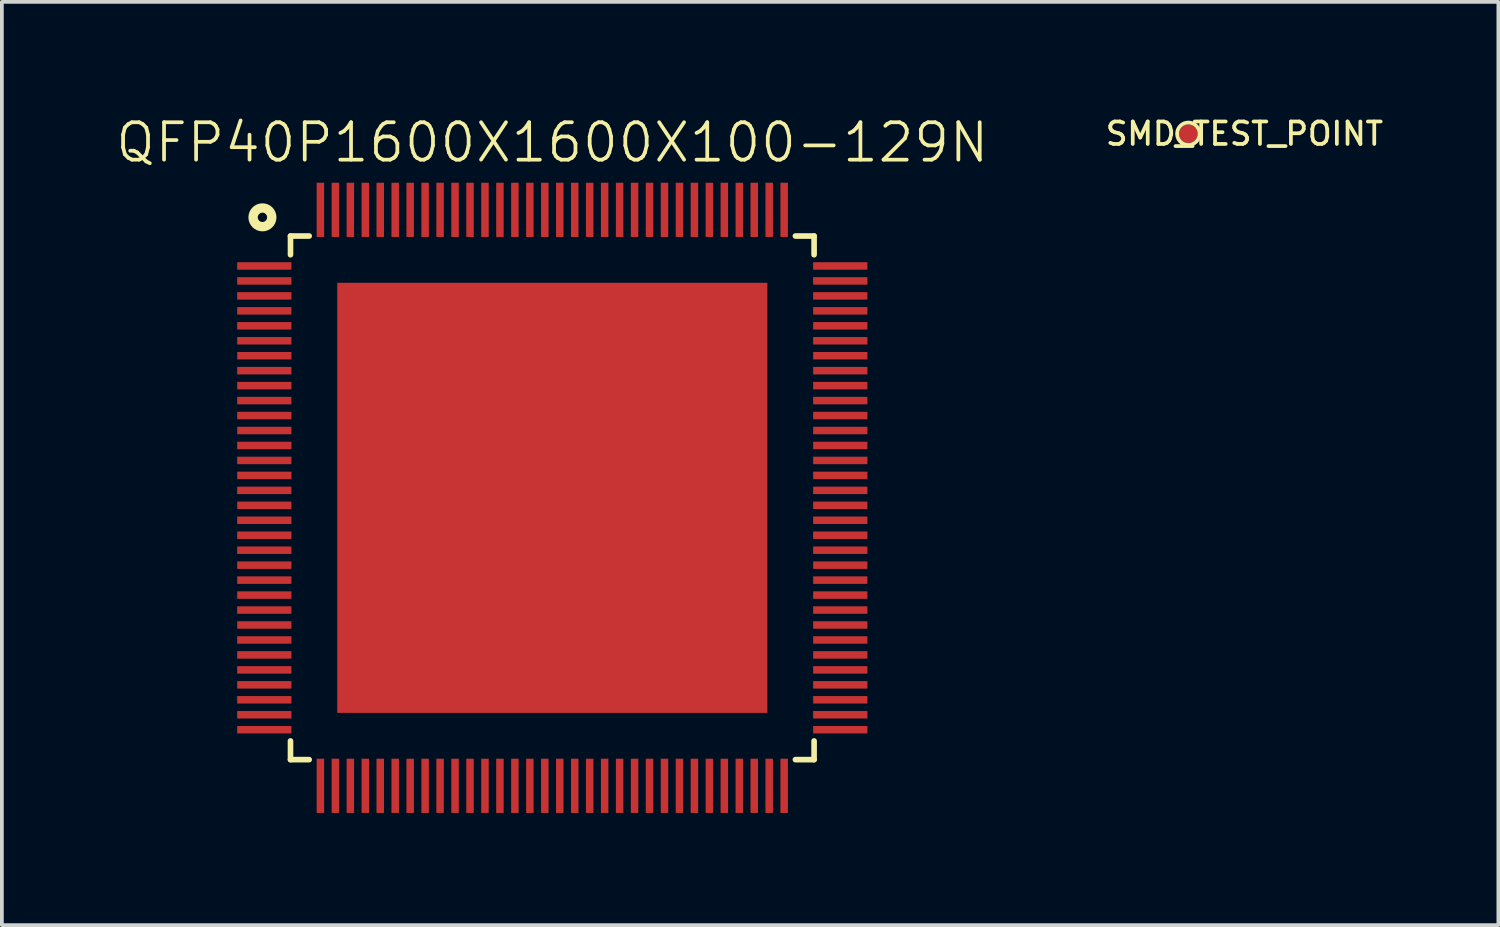
<source format=kicad_pcb>
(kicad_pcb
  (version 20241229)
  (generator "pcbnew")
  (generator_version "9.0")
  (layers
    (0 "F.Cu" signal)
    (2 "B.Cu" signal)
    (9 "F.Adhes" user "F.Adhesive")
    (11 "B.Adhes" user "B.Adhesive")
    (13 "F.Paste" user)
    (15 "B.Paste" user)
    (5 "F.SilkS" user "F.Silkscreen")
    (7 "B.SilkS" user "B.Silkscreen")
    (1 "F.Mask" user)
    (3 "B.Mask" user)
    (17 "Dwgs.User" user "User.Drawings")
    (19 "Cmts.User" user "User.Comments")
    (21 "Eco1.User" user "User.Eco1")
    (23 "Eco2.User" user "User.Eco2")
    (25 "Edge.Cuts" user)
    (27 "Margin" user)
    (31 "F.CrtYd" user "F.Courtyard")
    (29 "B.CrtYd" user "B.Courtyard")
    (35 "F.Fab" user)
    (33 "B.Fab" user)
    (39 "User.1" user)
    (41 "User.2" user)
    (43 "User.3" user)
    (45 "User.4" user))
  (footprint "QFP40P1600X1600X100-129N"
    (layer "F.Cu")
    (at 11.717 10.261)
    (property "Reference" "QFP40P1600X1600X100-129N" (at 0 -9.5 0) (layer "F.SilkS") (effects (font (size 1 1) (thickness 0.1))))
    (attr through_hole)
    (fp_line (start -7 -7) (end -7 -6.5) (stroke (width 0.15) (type solid)) (layer "F.SilkS"))
    (fp_line (start -7 -7) (end -6.5 -7) (stroke (width 0.15) (type solid)) (layer "F.SilkS"))
    (fp_line (start -7 6.5) (end -7 7) (stroke (width 0.15) (type solid)) (layer "F.SilkS"))
    (fp_line (start -7 7) (end -6.5 7) (stroke (width 0.15) (type solid)) (layer "F.SilkS"))
    (fp_line (start 6.5 7) (end 7 7) (stroke (width 0.15) (type solid)) (layer "F.SilkS"))
    (fp_line (start 7 -7) (end 6.5 -7) (stroke (width 0.15) (type solid)) (layer "F.SilkS"))
    (fp_line (start 7 -6.5) (end 7 -7) (stroke (width 0.15) (type solid)) (layer "F.SilkS"))
    (fp_line (start 7 7) (end 7 6.5) (stroke (width 0.15) (type solid)) (layer "F.SilkS"))
    (fp_circle (center -7.75 -7.5) (end -7.5 -7.5) (stroke (width 0.25) (type solid)) (fill no) (layer "F.SilkS"))
    (pad "" smd rect (at -3 -3) (size 4 4) (layers "F.Paste"))
    (pad "" smd rect (at -3 3) (size 4 4) (layers "F.Paste"))
    (pad "" smd rect (at 3 -3) (size 4 4) (layers "F.Paste"))
    (pad "" smd rect (at 3 3) (size 4 4) (layers "F.Paste"))
    (pad "1" smd rect (at -7.7 -6.2) (size 1.45 0.2) (layers "F.Cu" "F.Mask" "F.Paste"))
    (pad "2" smd rect (at -7.7 -5.8) (size 1.45 0.2) (layers "F.Cu" "F.Mask" "F.Paste"))
    (pad "3" smd rect (at -7.7 -5.4) (size 1.45 0.2) (layers "F.Cu" "F.Mask" "F.Paste"))
    (pad "4" smd rect (at -7.7 -5) (size 1.45 0.2) (layers "F.Cu" "F.Mask" "F.Paste"))
    (pad "5" smd rect (at -7.7 -4.6) (size 1.45 0.2) (layers "F.Cu" "F.Mask" "F.Paste"))
    (pad "6" smd rect (at -7.7 -4.2) (size 1.45 0.2) (layers "F.Cu" "F.Mask" "F.Paste"))
    (pad "7" smd rect (at -7.7 -3.8) (size 1.45 0.2) (layers "F.Cu" "F.Mask" "F.Paste"))
    (pad "8" smd rect (at -7.7 -3.4) (size 1.45 0.2) (layers "F.Cu" "F.Mask" "F.Paste"))
    (pad "9" smd rect (at -7.7 -3) (size 1.45 0.2) (layers "F.Cu" "F.Mask" "F.Paste"))
    (pad "10" smd rect (at -7.7 -2.6) (size 1.45 0.2) (layers "F.Cu" "F.Mask" "F.Paste"))
    (pad "11" smd rect (at -7.7 -2.2) (size 1.45 0.2) (layers "F.Cu" "F.Mask" "F.Paste"))
    (pad "12" smd rect (at -7.7 -1.8) (size 1.45 0.2) (layers "F.Cu" "F.Mask" "F.Paste"))
    (pad "13" smd rect (at -7.7 -1.4) (size 1.45 0.2) (layers "F.Cu" "F.Mask" "F.Paste"))
    (pad "14" smd rect (at -7.7 -1) (size 1.45 0.2) (layers "F.Cu" "F.Mask" "F.Paste"))
    (pad "15" smd rect (at -7.7 -0.6) (size 1.45 0.2) (layers "F.Cu" "F.Mask" "F.Paste"))
    (pad "16" smd rect (at -7.7 -0.2) (size 1.45 0.2) (layers "F.Cu" "F.Mask" "F.Paste"))
    (pad "17" smd rect (at -7.7 0.2) (size 1.45 0.2) (layers "F.Cu" "F.Mask" "F.Paste"))
    (pad "18" smd rect (at -7.7 0.6) (size 1.45 0.2) (layers "F.Cu" "F.Mask" "F.Paste"))
    (pad "19" smd rect (at -7.7 1) (size 1.45 0.2) (layers "F.Cu" "F.Mask" "F.Paste"))
    (pad "20" smd rect (at -7.7 1.4) (size 1.45 0.2) (layers "F.Cu" "F.Mask" "F.Paste"))
    (pad "21" smd rect (at -7.7 1.8) (size 1.45 0.2) (layers "F.Cu" "F.Mask" "F.Paste"))
    (pad "22" smd rect (at -7.7 2.2) (size 1.45 0.2) (layers "F.Cu" "F.Mask" "F.Paste"))
    (pad "23" smd rect (at -7.7 2.6) (size 1.45 0.2) (layers "F.Cu" "F.Mask" "F.Paste"))
    (pad "24" smd rect (at -7.7 3) (size 1.45 0.2) (layers "F.Cu" "F.Mask" "F.Paste"))
    (pad "25" smd rect (at -7.7 3.4) (size 1.45 0.2) (layers "F.Cu" "F.Mask" "F.Paste"))
    (pad "26" smd rect (at -7.7 3.8) (size 1.45 0.2) (layers "F.Cu" "F.Mask" "F.Paste"))
    (pad "27" smd rect (at -7.7 4.2) (size 1.45 0.2) (layers "F.Cu" "F.Mask" "F.Paste"))
    (pad "28" smd rect (at -7.7 4.6) (size 1.45 0.2) (layers "F.Cu" "F.Mask" "F.Paste"))
    (pad "29" smd rect (at -7.7 5) (size 1.45 0.2) (layers "F.Cu" "F.Mask" "F.Paste"))
    (pad "30" smd rect (at -7.7 5.4) (size 1.45 0.2) (layers "F.Cu" "F.Mask" "F.Paste"))
    (pad "31" smd rect (at -7.7 5.8) (size 1.45 0.2) (layers "F.Cu" "F.Mask" "F.Paste"))
    (pad "32" smd rect (at -7.7 6.2) (size 1.45 0.2) (layers "F.Cu" "F.Mask" "F.Paste"))
    (pad "33" smd rect (at -6.2 7.7) (size 0.2 1.45) (layers "F.Cu" "F.Mask" "F.Paste"))
    (pad "34" smd rect (at -5.8 7.7) (size 0.2 1.45) (layers "F.Cu" "F.Mask" "F.Paste"))
    (pad "35" smd rect (at -5.4 7.7) (size 0.2 1.45) (layers "F.Cu" "F.Mask" "F.Paste"))
    (pad "36" smd rect (at -5 7.7) (size 0.2 1.45) (layers "F.Cu" "F.Mask" "F.Paste"))
    (pad "37" smd rect (at -4.6 7.7) (size 0.2 1.45) (layers "F.Cu" "F.Mask" "F.Paste"))
    (pad "38" smd rect (at -4.2 7.7) (size 0.2 1.45) (layers "F.Cu" "F.Mask" "F.Paste"))
    (pad "39" smd rect (at -3.8 7.7) (size 0.2 1.45) (layers "F.Cu" "F.Mask" "F.Paste"))
    (pad "40" smd rect (at -3.4 7.7) (size 0.2 1.45) (layers "F.Cu" "F.Mask" "F.Paste"))
    (pad "41" smd rect (at -3 7.7) (size 0.2 1.45) (layers "F.Cu" "F.Mask" "F.Paste"))
    (pad "42" smd rect (at -2.6 7.7) (size 0.2 1.45) (layers "F.Cu" "F.Mask" "F.Paste"))
    (pad "43" smd rect (at -2.2 7.7) (size 0.2 1.45) (layers "F.Cu" "F.Mask" "F.Paste"))
    (pad "44" smd rect (at -1.8 7.7) (size 0.2 1.45) (layers "F.Cu" "F.Mask" "F.Paste"))
    (pad "45" smd rect (at -1.4 7.7) (size 0.2 1.45) (layers "F.Cu" "F.Mask" "F.Paste"))
    (pad "46" smd rect (at -1 7.7) (size 0.2 1.45) (layers "F.Cu" "F.Mask" "F.Paste"))
    (pad "47" smd rect (at -0.6 7.7) (size 0.2 1.45) (layers "F.Cu" "F.Mask" "F.Paste"))
    (pad "48" smd rect (at -0.2 7.7) (size 0.2 1.45) (layers "F.Cu" "F.Mask" "F.Paste"))
    (pad "49" smd rect (at 0.2 7.7) (size 0.2 1.45) (layers "F.Cu" "F.Mask" "F.Paste"))
    (pad "50" smd rect (at 0.6 7.7) (size 0.2 1.45) (layers "F.Cu" "F.Mask" "F.Paste"))
    (pad "51" smd rect (at 1 7.7) (size 0.2 1.45) (layers "F.Cu" "F.Mask" "F.Paste"))
    (pad "52" smd rect (at 1.4 7.7) (size 0.2 1.45) (layers "F.Cu" "F.Mask" "F.Paste"))
    (pad "53" smd rect (at 1.8 7.7) (size 0.2 1.45) (layers "F.Cu" "F.Mask" "F.Paste"))
    (pad "54" smd rect (at 2.2 7.7) (size 0.2 1.45) (layers "F.Cu" "F.Mask" "F.Paste"))
    (pad "55" smd rect (at 2.6 7.7) (size 0.2 1.45) (layers "F.Cu" "F.Mask" "F.Paste"))
    (pad "56" smd rect (at 3 7.7) (size 0.2 1.45) (layers "F.Cu" "F.Mask" "F.Paste"))
    (pad "57" smd rect (at 3.4 7.7) (size 0.2 1.45) (layers "F.Cu" "F.Mask" "F.Paste"))
    (pad "58" smd rect (at 3.8 7.7) (size 0.2 1.45) (layers "F.Cu" "F.Mask" "F.Paste"))
    (pad "59" smd rect (at 4.2 7.7) (size 0.2 1.45) (layers "F.Cu" "F.Mask" "F.Paste"))
    (pad "60" smd rect (at 4.6 7.7) (size 0.2 1.45) (layers "F.Cu" "F.Mask" "F.Paste"))
    (pad "61" smd rect (at 5 7.7) (size 0.2 1.45) (layers "F.Cu" "F.Mask" "F.Paste"))
    (pad "62" smd rect (at 5.4 7.7) (size 0.2 1.45) (layers "F.Cu" "F.Mask" "F.Paste"))
    (pad "63" smd rect (at 5.8 7.7) (size 0.2 1.45) (layers "F.Cu" "F.Mask" "F.Paste"))
    (pad "64" smd rect (at 6.2 7.7) (size 0.2 1.45) (layers "F.Cu" "F.Mask" "F.Paste"))
    (pad "65" smd rect (at 7.7 6.2) (size 1.45 0.2) (layers "F.Cu" "F.Mask" "F.Paste"))
    (pad "66" smd rect (at 7.7 5.8) (size 1.45 0.2) (layers "F.Cu" "F.Mask" "F.Paste"))
    (pad "67" smd rect (at 7.7 5.4) (size 1.45 0.2) (layers "F.Cu" "F.Mask" "F.Paste"))
    (pad "68" smd rect (at 7.7 5) (size 1.45 0.2) (layers "F.Cu" "F.Mask" "F.Paste"))
    (pad "69" smd rect (at 7.7 4.6) (size 1.45 0.2) (layers "F.Cu" "F.Mask" "F.Paste"))
    (pad "70" smd rect (at 7.7 4.2) (size 1.45 0.2) (layers "F.Cu" "F.Mask" "F.Paste"))
    (pad "71" smd rect (at 7.7 3.8) (size 1.45 0.2) (layers "F.Cu" "F.Mask" "F.Paste"))
    (pad "72" smd rect (at 7.7 3.4) (size 1.45 0.2) (layers "F.Cu" "F.Mask" "F.Paste"))
    (pad "73" smd rect (at 7.7 3) (size 1.45 0.2) (layers "F.Cu" "F.Mask" "F.Paste"))
    (pad "74" smd rect (at 7.7 2.6) (size 1.45 0.2) (layers "F.Cu" "F.Mask" "F.Paste"))
    (pad "75" smd rect (at 7.7 2.2) (size 1.45 0.2) (layers "F.Cu" "F.Mask" "F.Paste"))
    (pad "76" smd rect (at 7.7 1.8) (size 1.45 0.2) (layers "F.Cu" "F.Mask" "F.Paste"))
    (pad "77" smd rect (at 7.7 1.4) (size 1.45 0.2) (layers "F.Cu" "F.Mask" "F.Paste"))
    (pad "78" smd rect (at 7.7 1) (size 1.45 0.2) (layers "F.Cu" "F.Mask" "F.Paste"))
    (pad "79" smd rect (at 7.7 0.6) (size 1.45 0.2) (layers "F.Cu" "F.Mask" "F.Paste"))
    (pad "80" smd rect (at 7.7 0.2) (size 1.45 0.2) (layers "F.Cu" "F.Mask" "F.Paste"))
    (pad "81" smd rect (at 7.7 -0.2) (size 1.45 0.2) (layers "F.Cu" "F.Mask" "F.Paste"))
    (pad "82" smd rect (at 7.7 -0.6) (size 1.45 0.2) (layers "F.Cu" "F.Mask" "F.Paste"))
    (pad "83" smd rect (at 7.7 -1) (size 1.45 0.2) (layers "F.Cu" "F.Mask" "F.Paste"))
    (pad "84" smd rect (at 7.7 -1.4) (size 1.45 0.2) (layers "F.Cu" "F.Mask" "F.Paste"))
    (pad "85" smd rect (at 7.7 -1.8) (size 1.45 0.2) (layers "F.Cu" "F.Mask" "F.Paste"))
    (pad "86" smd rect (at 7.7 -2.2) (size 1.45 0.2) (layers "F.Cu" "F.Mask" "F.Paste"))
    (pad "87" smd rect (at 7.7 -2.6) (size 1.45 0.2) (layers "F.Cu" "F.Mask" "F.Paste"))
    (pad "88" smd rect (at 7.7 -3) (size 1.45 0.2) (layers "F.Cu" "F.Mask" "F.Paste"))
    (pad "89" smd rect (at 7.7 -3.4) (size 1.45 0.2) (layers "F.Cu" "F.Mask" "F.Paste"))
    (pad "90" smd rect (at 7.7 -3.8) (size 1.45 0.2) (layers "F.Cu" "F.Mask" "F.Paste"))
    (pad "91" smd rect (at 7.7 -4.2) (size 1.45 0.2) (layers "F.Cu" "F.Mask" "F.Paste"))
    (pad "92" smd rect (at 7.7 -4.6) (size 1.45 0.2) (layers "F.Cu" "F.Mask" "F.Paste"))
    (pad "93" smd rect (at 7.7 -5) (size 1.45 0.2) (layers "F.Cu" "F.Mask" "F.Paste"))
    (pad "94" smd rect (at 7.7 -5.4) (size 1.45 0.2) (layers "F.Cu" "F.Mask" "F.Paste"))
    (pad "95" smd rect (at 7.7 -5.8) (size 1.45 0.2) (layers "F.Cu" "F.Mask" "F.Paste"))
    (pad "96" smd rect (at 7.7 -6.2) (size 1.45 0.2) (layers "F.Cu" "F.Mask" "F.Paste"))
    (pad "97" smd rect (at 6.2 -7.7) (size 0.2 1.45) (layers "F.Cu" "F.Mask" "F.Paste"))
    (pad "98" smd rect (at 5.8 -7.7) (size 0.2 1.45) (layers "F.Cu" "F.Mask" "F.Paste"))
    (pad "99" smd rect (at 5.4 -7.7) (size 0.2 1.45) (layers "F.Cu" "F.Mask" "F.Paste"))
    (pad "100" smd rect (at 5 -7.7) (size 0.2 1.45) (layers "F.Cu" "F.Mask" "F.Paste"))
    (pad "101" smd rect (at 4.6 -7.7) (size 0.2 1.45) (layers "F.Cu" "F.Mask" "F.Paste"))
    (pad "102" smd rect (at 4.2 -7.7) (size 0.2 1.45) (layers "F.Cu" "F.Mask" "F.Paste"))
    (pad "103" smd rect (at 3.8 -7.7) (size 0.2 1.45) (layers "F.Cu" "F.Mask" "F.Paste"))
    (pad "104" smd rect (at 3.4 -7.7) (size 0.2 1.45) (layers "F.Cu" "F.Mask" "F.Paste"))
    (pad "105" smd rect (at 3 -7.7) (size 0.2 1.45) (layers "F.Cu" "F.Mask" "F.Paste"))
    (pad "106" smd rect (at 2.6 -7.7) (size 0.2 1.45) (layers "F.Cu" "F.Mask" "F.Paste"))
    (pad "107" smd rect (at 2.2 -7.7) (size 0.2 1.45) (layers "F.Cu" "F.Mask" "F.Paste"))
    (pad "108" smd rect (at 1.8 -7.7) (size 0.2 1.45) (layers "F.Cu" "F.Mask" "F.Paste"))
    (pad "109" smd rect (at 1.4 -7.7) (size 0.2 1.45) (layers "F.Cu" "F.Mask" "F.Paste"))
    (pad "110" smd rect (at 1 -7.7) (size 0.2 1.45) (layers "F.Cu" "F.Mask" "F.Paste"))
    (pad "111" smd rect (at 0.6 -7.7) (size 0.2 1.45) (layers "F.Cu" "F.Mask" "F.Paste"))
    (pad "112" smd rect (at 0.2 -7.7) (size 0.2 1.45) (layers "F.Cu" "F.Mask" "F.Paste"))
    (pad "113" smd rect (at -0.2 -7.7) (size 0.2 1.45) (layers "F.Cu" "F.Mask" "F.Paste"))
    (pad "114" smd rect (at -0.6 -7.7) (size 0.2 1.45) (layers "F.Cu" "F.Mask" "F.Paste"))
    (pad "115" smd rect (at -1 -7.7) (size 0.2 1.45) (layers "F.Cu" "F.Mask" "F.Paste"))
    (pad "116" smd rect (at -1.4 -7.7) (size 0.2 1.45) (layers "F.Cu" "F.Mask" "F.Paste"))
    (pad "117" smd rect (at -1.8 -7.7) (size 0.2 1.45) (layers "F.Cu" "F.Mask" "F.Paste"))
    (pad "118" smd rect (at -2.2 -7.7) (size 0.2 1.45) (layers "F.Cu" "F.Mask" "F.Paste"))
    (pad "119" smd rect (at -2.6 -7.7) (size 0.2 1.45) (layers "F.Cu" "F.Mask" "F.Paste"))
    (pad "120" smd rect (at -3 -7.7) (size 0.2 1.45) (layers "F.Cu" "F.Mask" "F.Paste"))
    (pad "121" smd rect (at -3.4 -7.7) (size 0.2 1.45) (layers "F.Cu" "F.Mask" "F.Paste"))
    (pad "122" smd rect (at -3.8 -7.7) (size 0.2 1.45) (layers "F.Cu" "F.Mask" "F.Paste"))
    (pad "123" smd rect (at -4.2 -7.7) (size 0.2 1.45) (layers "F.Cu" "F.Mask" "F.Paste"))
    (pad "124" smd rect (at -4.6 -7.7) (size 0.2 1.45) (layers "F.Cu" "F.Mask" "F.Paste"))
    (pad "125" smd rect (at -5 -7.7) (size 0.2 1.45) (layers "F.Cu" "F.Mask" "F.Paste"))
    (pad "126" smd rect (at -5.4 -7.7) (size 0.2 1.45) (layers "F.Cu" "F.Mask" "F.Paste"))
    (pad "127" smd rect (at -5.8 -7.7) (size 0.2 1.45) (layers "F.Cu" "F.Mask" "F.Paste"))
    (pad "128" smd rect (at -6.2 -7.7) (size 0.2 1.45) (layers "F.Cu" "F.Mask" "F.Paste"))
    (pad "PAD" smd rect (at 0 0) (size 11.5 11.5) (layers "F.Cu" "F.Mask")))
  (footprint "SMD_TEST_POINT"
    (layer "F.Cu")
    (at 28.723 0.526)
    (property "Reference" "SMD_TEST_POINT" (at 1.5 0 0) (layer "F.SilkS") (effects (font (size 0.6 0.6) (thickness 0.1))))
    (attr through_hole)
    (fp_circle (center 0 0) (end 0.3 0) (stroke (width 0.1) (type solid)) (fill no) (layer "F.SilkS"))
    (pad "1" smd circle (at 0 0) (size 0.5 0.5) (layers "F.Cu" "F.Mask")))
  (gr_rect
    (start -3 -3)
    (end 37.013 21.686)
    (stroke (width 0.1) (type default))
    (fill no)
    (layer "Edge.Cuts")))
</source>
